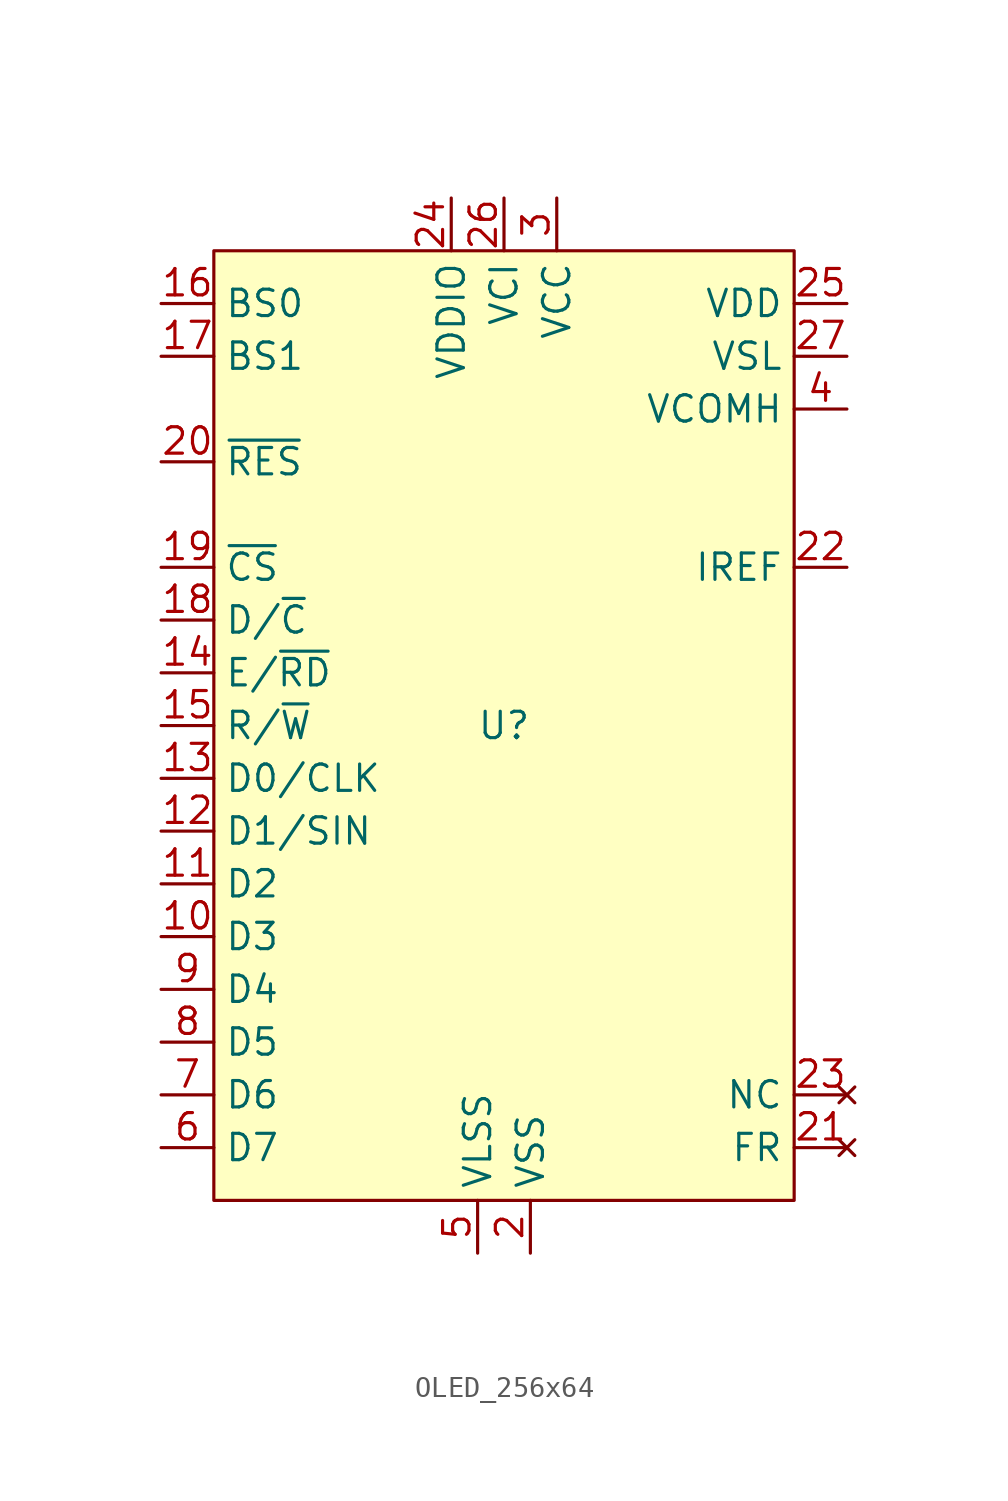
<source format=kicad_sym>
(kicad_symbol_lib
  (version 20220914)
  (generator kicad_symbol_editor)
  (symbol "OLED_256x64"
    (property "Reference" "U"
      (at 0 0 0)
      (effects (font (size 1.27 1.27))))
    (property "Value" ""
      (at 0 25.4 90)
      (effects (font (size 1.27 1.27))))
    (symbol "OLED_256x64_0_0"
      (pin input line (at -16.51 -10.16 0) (length 2.54) (name "D3" (effects (font (size 1.27 1.27)))) (number "10" (effects (font (size 1.27 1.27)))))
      (pin input line (at -16.51 -7.62 0) (length 2.54) (name "D2" (effects (font (size 1.27 1.27)))) (number "11" (effects (font (size 1.27 1.27)))))
      (pin input line (at -16.51 2.54 0) (length 2.54) (name "E/~{RD}" (effects (font (size 1.27 1.27)))) (number "14" (effects (font (size 1.27 1.27)))))
      (pin input line (at -16.51 0 0) (length 2.54) (name "R/~{W}" (effects (font (size 1.27 1.27)))) (number "15" (effects (font (size 1.27 1.27)))))
      (pin input line (at -16.51 20.32 0) (length 2.54) (name "BS0" (effects (font (size 1.27 1.27)))) (number "16" (effects (font (size 1.27 1.27)))))
      (pin input line (at -16.51 17.78 0) (length 2.54) (name "BS1" (effects (font (size 1.27 1.27)))) (number "17" (effects (font (size 1.27 1.27)))))
      (pin input line (at -16.51 5.08 0) (length 2.54) (name "D/~{C}" (effects (font (size 1.27 1.27)))) (number "18" (effects (font (size 1.27 1.27)))))
      (pin input line (at -16.51 7.62 0) (length 2.54) (name "~{CS}" (effects (font (size 1.27 1.27)))) (number "19" (effects (font (size 1.27 1.27)))))
      (pin power_in line (at 1.27 -25.4 90) (length 2.54) (name "VSS" (effects (font (size 1.27 1.27)))) (number "2" (effects (font (size 1.27 1.27)))))
      (pin input line (at -16.51 12.7 0) (length 2.54) (name "~{RES}" (effects (font (size 1.27 1.27)))) (number "20" (effects (font (size 1.27 1.27)))))
      (pin no_connect line (at 16.51 -20.32 180) (length 2.54) (name "FR" (effects (font (size 1.27 1.27)))) (number "21" (effects (font (size 1.27 1.27)))))
      (pin input line (at 16.51 7.62 180) (length 2.54) (name "IREF" (effects (font (size 1.27 1.27)))) (number "22" (effects (font (size 1.27 1.27)))))
      (pin no_connect line (at 16.51 -17.78 180) (length 2.54) (name "NC" (effects (font (size 1.27 1.27)))) (number "23" (effects (font (size 1.27 1.27)))))
      (pin power_in line (at -2.54 25.4 270) (length 2.54) (name "VDDIO" (effects (font (size 1.27 1.27)))) (number "24" (effects (font (size 1.27 1.27)))))
      (pin power_in line (at 0 25.4 270) (length 2.54) (name "VCI" (effects (font (size 1.27 1.27)))) (number "26" (effects (font (size 1.27 1.27)))))
      (pin power_out line (at 16.51 17.78 180) (length 2.54) (name "VSL" (effects (font (size 1.27 1.27)))) (number "27" (effects (font (size 1.27 1.27)))))
      (pin power_in line (at 2.54 25.4 270) (length 2.54) (name "VCC" (effects (font (size 1.27 1.27)))) (number "3" (effects (font (size 1.27 1.27)))))
      (pin power_out line (at 16.51 15.24 180) (length 2.54) (name "VCOMH" (effects (font (size 1.27 1.27)))) (number "4" (effects (font (size 1.27 1.27)))))
      (pin power_in line (at -1.27 -25.4 90) (length 2.54) (name "VLSS" (effects (font (size 1.27 1.27)))) (number "5" (effects (font (size 1.27 1.27)))))
      (pin input line (at -16.51 -20.32 0) (length 2.54) (name "D7" (effects (font (size 1.27 1.27)))) (number "6" (effects (font (size 1.27 1.27)))))
      (pin input line (at -16.51 -17.78 0) (length 2.54) (name "D6" (effects (font (size 1.27 1.27)))) (number "7" (effects (font (size 1.27 1.27)))))
      (pin input line (at -16.51 -15.24 0) (length 2.54) (name "D5" (effects (font (size 1.27 1.27)))) (number "8" (effects (font (size 1.27 1.27)))))
      (pin input line (at -16.51 -12.7 0) (length 2.54) (name "D4" (effects (font (size 1.27 1.27)))) (number "9" (effects (font (size 1.27 1.27))))))
    (symbol "OLED_256x64_1_0"
      (pin passive line (at 1.27 -25.4 90) (length 2.54) hide (name "SHIELD" (effects (font (size 1.27 1.27)))) (number "1" (effects (font (size 1.27 1.27)))))
      (pin input line (at -16.51 -5.08 0) (length 2.54) (name "D1/SIN" (effects (font (size 1.27 1.27)))) (number "12" (effects (font (size 1.27 1.27)))))
      (pin input line (at -16.51 -2.54 0) (length 2.54) (name "D0/CLK" (effects (font (size 1.27 1.27)))) (number "13" (effects (font (size 1.27 1.27)))))
      (pin power_out line (at 16.51 20.32 180) (length 2.54) (name "VDD" (effects (font (size 1.27 1.27)))) (number "25" (effects (font (size 1.27 1.27)))))
      (pin power_in line (at -1.27 -25.4 90) (length 2.54) hide (name "VLSS" (effects (font (size 1.27 1.27)))) (number "28" (effects (font (size 1.27 1.27)))))
      (pin power_in line (at 2.54 25.4 270) (length 2.54) hide (name "VCC" (effects (font (size 1.27 1.27)))) (number "29" (effects (font (size 1.27 1.27)))))
      (pin passive line (at 1.27 -25.4 90) (length 2.54) hide (name "SHIELD" (effects (font (size 1.27 1.27)))) (number "30" (effects (font (size 1.27 1.27))))))
    (symbol "OLED_256x64_1_1"
      (rectangle (start -13.97 22.86) (end 13.97 -22.86) (stroke (width 0) (type default)) (fill (type background))))))
</source>
